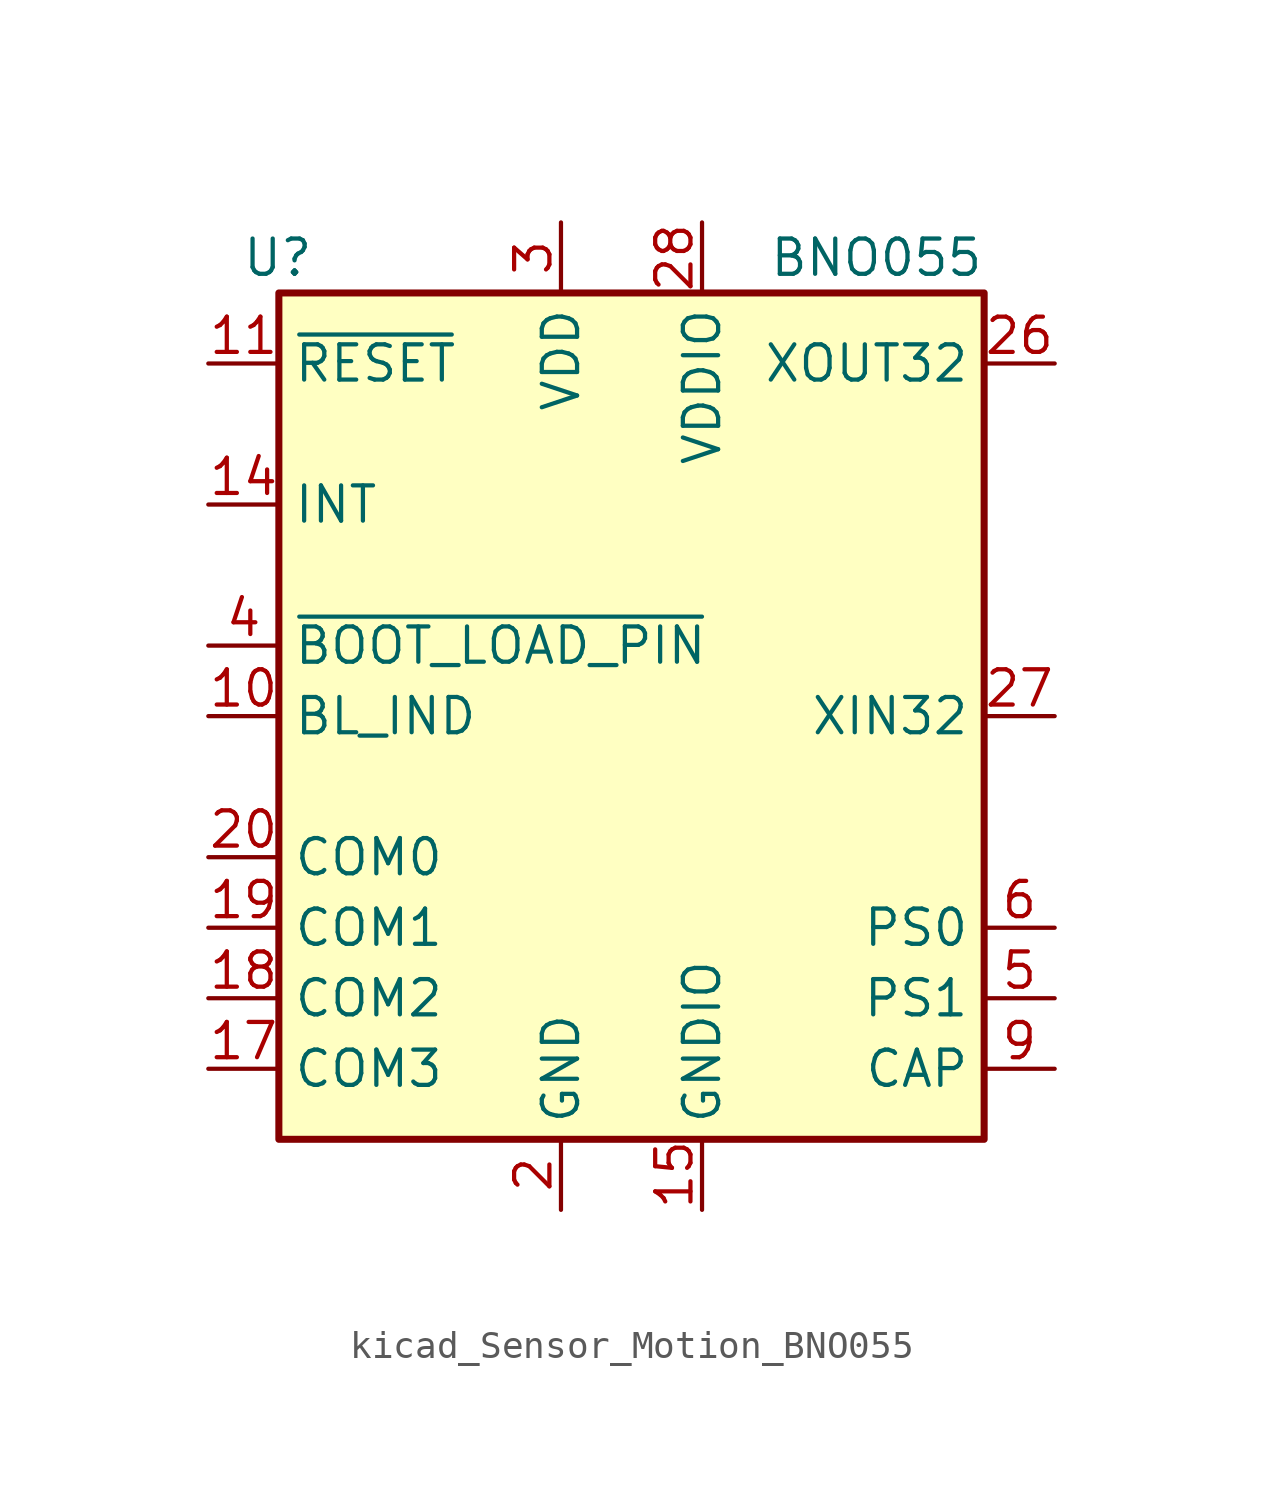
<source format=kicad_sym>
(kicad_symbol_lib
  (version 20220914)
  (generator kicad_symbol_editor)
  (symbol "kicad_Sensor_Motion_BNO055"
    (property "Reference" "U"
      (at -11.43 16.51 0)
      (effects (font (size 1.27 1.27)) (justify right)))
    (property "Value" "BNO055"
      (at 12.7 16.51 0)
      (effects (font (size 1.27 1.27)) (justify right)))
    (symbol "kicad_Sensor_Motion_BNO055_0_1"
      (rectangle (start -12.7 15.24) (end 12.7 -15.24) (stroke (width 0.254) (type default)) (fill (type background))))
    (symbol "kicad_Sensor_Motion_BNO055_1_1"
      (pin no_connect line (at -12.7 10.16 0) (length 2.54) hide (name "PIN1" (effects (font (size 1.27 1.27)))) (number "1" (effects (font (size 1.27 1.27)))))
      (pin output line (at -15.24 0 0) (length 2.54) (name "BL_IND" (effects (font (size 1.27 1.27)))) (number "10" (effects (font (size 1.27 1.27)))))
      (pin input line (at -15.24 12.7 0) (length 2.54) (name "~{RESET}" (effects (font (size 1.27 1.27)))) (number "11" (effects (font (size 1.27 1.27)))))
      (pin no_connect line (at 12.7 10.16 180) (length 2.54) hide (name "PIN12" (effects (font (size 1.27 1.27)))) (number "12" (effects (font (size 1.27 1.27)))))
      (pin no_connect line (at 12.7 7.62 180) (length 2.54) hide (name "PIN13" (effects (font (size 1.27 1.27)))) (number "13" (effects (font (size 1.27 1.27)))))
      (pin output line (at -15.24 7.62 0) (length 2.54) (name "INT" (effects (font (size 1.27 1.27)))) (number "14" (effects (font (size 1.27 1.27)))))
      (pin power_in line (at 2.54 -17.78 90) (length 2.54) (name "GNDIO" (effects (font (size 1.27 1.27)))) (number "15" (effects (font (size 1.27 1.27)))))
      (pin passive line (at 2.54 -17.78 90) (length 2.54) hide (name "GNDIO" (effects (font (size 1.27 1.27)))) (number "16" (effects (font (size 1.27 1.27)))))
      (pin input line (at -15.24 -12.7 0) (length 2.54) (name "COM3" (effects (font (size 1.27 1.27)))) (number "17" (effects (font (size 1.27 1.27)))))
      (pin passive line (at -15.24 -10.16 0) (length 2.54) (name "COM2" (effects (font (size 1.27 1.27)))) (number "18" (effects (font (size 1.27 1.27)))))
      (pin bidirectional line (at -15.24 -7.62 0) (length 2.54) (name "COM1" (effects (font (size 1.27 1.27)))) (number "19" (effects (font (size 1.27 1.27)))))
      (pin power_in line (at -2.54 -17.78 90) (length 2.54) (name "GND" (effects (font (size 1.27 1.27)))) (number "2" (effects (font (size 1.27 1.27)))))
      (pin bidirectional line (at -15.24 -5.08 0) (length 2.54) (name "COM0" (effects (font (size 1.27 1.27)))) (number "20" (effects (font (size 1.27 1.27)))))
      (pin no_connect line (at 12.7 5.08 180) (length 2.54) hide (name "PIN21" (effects (font (size 1.27 1.27)))) (number "21" (effects (font (size 1.27 1.27)))))
      (pin no_connect line (at 12.7 2.54 180) (length 2.54) hide (name "PIN22" (effects (font (size 1.27 1.27)))) (number "22" (effects (font (size 1.27 1.27)))))
      (pin no_connect line (at 12.7 -2.54 180) (length 2.54) hide (name "PIN23" (effects (font (size 1.27 1.27)))) (number "23" (effects (font (size 1.27 1.27)))))
      (pin no_connect line (at 12.7 -5.08 180) (length 2.54) hide (name "PIN24" (effects (font (size 1.27 1.27)))) (number "24" (effects (font (size 1.27 1.27)))))
      (pin passive line (at 2.54 -17.78 90) (length 2.54) hide (name "GNDIO" (effects (font (size 1.27 1.27)))) (number "25" (effects (font (size 1.27 1.27)))))
      (pin output line (at 15.24 12.7 180) (length 2.54) (name "XOUT32" (effects (font (size 1.27 1.27)))) (number "26" (effects (font (size 1.27 1.27)))))
      (pin input line (at 15.24 0 180) (length 2.54) (name "XIN32" (effects (font (size 1.27 1.27)))) (number "27" (effects (font (size 1.27 1.27)))))
      (pin power_in line (at 2.54 17.78 270) (length 2.54) (name "VDDIO" (effects (font (size 1.27 1.27)))) (number "28" (effects (font (size 1.27 1.27)))))
      (pin power_in line (at -2.54 17.78 270) (length 2.54) (name "VDD" (effects (font (size 1.27 1.27)))) (number "3" (effects (font (size 1.27 1.27)))))
      (pin input line (at -15.24 2.54 0) (length 2.54) (name "~{BOOT_LOAD_PIN}" (effects (font (size 1.27 1.27)))) (number "4" (effects (font (size 1.27 1.27)))))
      (pin input line (at 15.24 -10.16 180) (length 2.54) (name "PS1" (effects (font (size 1.27 1.27)))) (number "5" (effects (font (size 1.27 1.27)))))
      (pin input line (at 15.24 -7.62 180) (length 2.54) (name "PS0" (effects (font (size 1.27 1.27)))) (number "6" (effects (font (size 1.27 1.27)))))
      (pin no_connect line (at -12.7 5.08 0) (length 2.54) hide (name "PIN7" (effects (font (size 1.27 1.27)))) (number "7" (effects (font (size 1.27 1.27)))))
      (pin no_connect line (at -12.7 -2.54 0) (length 2.54) hide (name "PIN8" (effects (font (size 1.27 1.27)))) (number "8" (effects (font (size 1.27 1.27)))))
      (pin passive line (at 15.24 -12.7 180) (length 2.54) (name "CAP" (effects (font (size 1.27 1.27)))) (number "9" (effects (font (size 1.27 1.27))))))))
</source>
